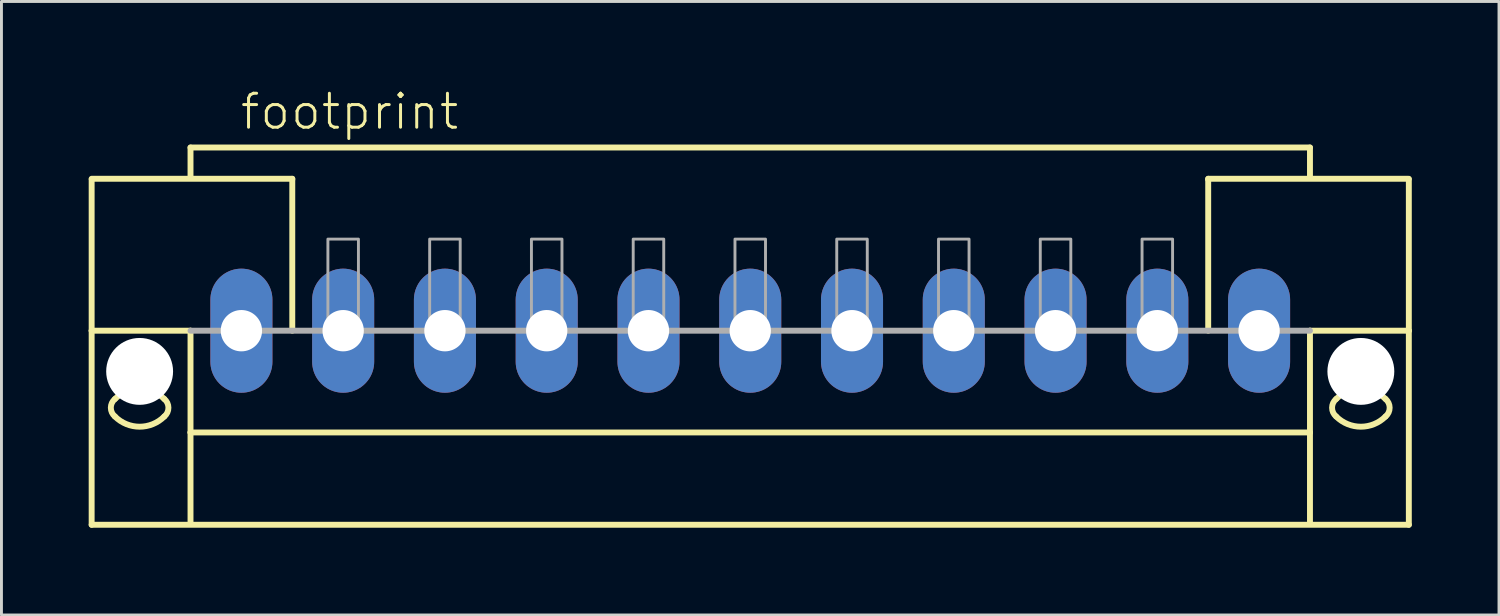
<source format=kicad_pcb>
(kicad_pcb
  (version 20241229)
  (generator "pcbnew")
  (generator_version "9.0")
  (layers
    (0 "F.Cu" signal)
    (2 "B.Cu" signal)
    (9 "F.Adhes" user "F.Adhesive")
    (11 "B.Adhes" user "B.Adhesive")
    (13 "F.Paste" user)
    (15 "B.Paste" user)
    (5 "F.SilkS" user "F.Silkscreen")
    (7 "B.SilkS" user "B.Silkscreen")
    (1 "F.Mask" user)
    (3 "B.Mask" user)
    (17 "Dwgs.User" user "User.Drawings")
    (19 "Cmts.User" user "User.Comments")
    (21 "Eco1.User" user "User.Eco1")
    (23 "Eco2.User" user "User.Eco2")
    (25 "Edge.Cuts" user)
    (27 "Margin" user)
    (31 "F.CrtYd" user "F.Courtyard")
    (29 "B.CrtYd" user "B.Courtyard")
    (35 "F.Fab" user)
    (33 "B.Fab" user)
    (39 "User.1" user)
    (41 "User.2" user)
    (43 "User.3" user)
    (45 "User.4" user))
  (footprint "footprint"
    (layer "F.Cu")
    (at 22.752 8.323)
    (property "Reference" "footprint" (at -17.6 -6.85 0) (layer "F.SilkS") (effects (font (size 1.168 1.168) (thickness 0.102)) (justify left bottom)))
    (fp_line (start -22.65 -5.225) (end -15.75 -5.225) (stroke (width 0.203) (type solid)) (layer "F.SilkS"))
    (fp_line (start -22.65 -5.2) (end -22.65 0) (stroke (width 0.203) (type solid)) (layer "F.SilkS"))
    (fp_line (start -22.65 0) (end -22.65 6.675) (stroke (width 0.203) (type solid)) (layer "F.SilkS"))
    (fp_line (start -22.65 0) (end -19.25 0) (stroke (width 0.203) (type solid)) (layer "F.SilkS"))
    (fp_line (start -22.65 6.675) (end 22.65 6.675) (stroke (width 0.203) (type solid)) (layer "F.SilkS"))
    (fp_line (start -19.25 -6.3) (end 19.25 -6.3) (stroke (width 0.203) (type solid)) (layer "F.SilkS"))
    (fp_line (start -19.25 -5.3) (end -19.25 -6.3) (stroke (width 0.203) (type solid)) (layer "F.SilkS"))
    (fp_line (start -19.25 0) (end -19.25 3.5) (stroke (width 0.203) (type solid)) (layer "F.SilkS"))
    (fp_line (start -19.25 3.5) (end 19.25 3.5) (stroke (width 0.203) (type solid)) (layer "F.SilkS"))
    (fp_line (start -19.25 6.65) (end -19.25 3.5) (stroke (width 0.203) (type solid)) (layer "F.SilkS"))
    (fp_line (start -15.75 -5.225) (end -15.75 -5.2) (stroke (width 0.203) (type solid)) (layer "F.SilkS"))
    (fp_line (start -15.75 -5.175) (end -15.75 0) (stroke (width 0.203) (type solid)) (layer "F.SilkS"))
    (fp_line (start 15.75 -5.225) (end 22.65 -5.225) (stroke (width 0.203) (type solid)) (layer "F.SilkS"))
    (fp_line (start 15.75 -5.2) (end 15.75 -5.225) (stroke (width 0.203) (type solid)) (layer "F.SilkS"))
    (fp_line (start 15.75 0) (end 15.75 -5.175) (stroke (width 0.203) (type solid)) (layer "F.SilkS"))
    (fp_line (start 19.25 -6.3) (end 19.25 -5.3) (stroke (width 0.203) (type solid)) (layer "F.SilkS"))
    (fp_line (start 19.25 3.5) (end 19.25 0) (stroke (width 0.203) (type solid)) (layer "F.SilkS"))
    (fp_line (start 19.25 6.65) (end 19.25 3.5) (stroke (width 0.203) (type solid)) (layer "F.SilkS"))
    (fp_line (start 22.65 0) (end 19.25 0) (stroke (width 0.203) (type solid)) (layer "F.SilkS"))
    (fp_line (start 22.65 0) (end 22.65 -5.2) (stroke (width 0.203) (type solid)) (layer "F.SilkS"))
    (fp_line (start 22.65 6.675) (end 22.65 0) (stroke (width 0.203) (type solid)) (layer "F.SilkS"))
    (fp_arc (start -21.85 2.35) (mid -21 1.997918) (end -20.15 2.35) (stroke (width 0.2032) (type solid)) (layer "F.SilkS"))
    (fp_arc (start -21.85 2.95) (mid -21.990512 2.65) (end -21.85 2.35) (stroke (width 0.2032) (type solid)) (layer "F.SilkS"))
    (fp_arc (start -20.15 2.95) (mid -21 3.302082) (end -21.85 2.95) (stroke (width 0.2032) (type solid)) (layer "F.SilkS"))
    (fp_arc (start -20.149999 2.350001) (mid -20.009487 2.650001) (end -20.15 2.95) (stroke (width 0.2032) (type solid)) (layer "F.SilkS"))
    (fp_arc (start 20.149999 2.949999) (mid 20.009487 2.649999) (end 20.15 2.35) (stroke (width 0.2032) (type solid)) (layer "F.SilkS"))
    (fp_arc (start 20.15 2.35) (mid 21 1.997918) (end 21.85 2.35) (stroke (width 0.2032) (type solid)) (layer "F.SilkS"))
    (fp_arc (start 21.85 2.35) (mid 21.990512 2.65) (end 21.85 2.95) (stroke (width 0.2032) (type solid)) (layer "F.SilkS"))
    (fp_arc (start 21.85 2.95) (mid 21 3.302082) (end 20.15 2.95) (stroke (width 0.2032) (type solid)) (layer "F.SilkS"))
    (fp_line (start 19.25 0) (end -19.25 0) (stroke (width 0.203) (type solid)) (layer "F.Fab"))
    (fp_poly (pts (xy -14.525 0) (xy -13.475 0) (xy -13.475 -3.15) (xy -14.525 -3.15)) (stroke (width 0.1) (type solid)) (fill no) (layer "F.Fab"))
    (fp_poly (pts (xy -11.025 0) (xy -9.975 0) (xy -9.975 -3.15) (xy -11.025 -3.15)) (stroke (width 0.1) (type solid)) (fill no) (layer "F.Fab"))
    (fp_poly (pts (xy -7.525 0) (xy -6.475 0) (xy -6.475 -3.15) (xy -7.525 -3.15)) (stroke (width 0.1) (type solid)) (fill no) (layer "F.Fab"))
    (fp_poly (pts (xy -4.025 0) (xy -2.975 0) (xy -2.975 -3.15) (xy -4.025 -3.15)) (stroke (width 0.1) (type solid)) (fill no) (layer "F.Fab"))
    (fp_poly (pts (xy -0.525 0) (xy 0.525 0) (xy 0.525 -3.15) (xy -0.525 -3.15)) (stroke (width 0.1) (type solid)) (fill no) (layer "F.Fab"))
    (fp_poly (pts (xy 2.975 0) (xy 4.025 0) (xy 4.025 -3.15) (xy 2.975 -3.15)) (stroke (width 0.1) (type solid)) (fill no) (layer "F.Fab"))
    (fp_poly (pts (xy 6.475 0) (xy 7.525 0) (xy 7.525 -3.15) (xy 6.475 -3.15)) (stroke (width 0.1) (type solid)) (fill no) (layer "F.Fab"))
    (fp_poly (pts (xy 9.975 0) (xy 11.025 0) (xy 11.025 -3.15) (xy 9.975 -3.15)) (stroke (width 0.1) (type solid)) (fill no) (layer "F.Fab"))
    (fp_poly (pts (xy 13.475 0) (xy 14.525 0) (xy 14.525 -3.15) (xy 13.475 -3.15)) (stroke (width 0.1) (type solid)) (fill no) (layer "F.Fab"))
    (pad "" np_thru_hole circle (at -21 1.4) (size 2.3 2.3) (drill 2.3) (layers "*.Cu" "*.Mask"))
    (pad "" np_thru_hole circle (at 21 1.4) (size 2.3 2.3) (drill 2.3) (layers "*.Cu" "*.Mask"))
    (pad "1" thru_hole oval (at -17.5 0 90) (size 4.267 2.134) (drill 1.422) (layers "*.Cu" "*.Mask"))
    (pad "2" thru_hole oval (at -14 0 90) (size 4.267 2.134) (drill 1.422) (layers "*.Cu" "*.Mask"))
    (pad "3" thru_hole oval (at -10.5 0 90) (size 4.267 2.134) (drill 1.422) (layers "*.Cu" "*.Mask"))
    (pad "4" thru_hole oval (at -7 0 90) (size 4.267 2.134) (drill 1.422) (layers "*.Cu" "*.Mask"))
    (pad "5" thru_hole oval (at -3.5 0 90) (size 4.267 2.134) (drill 1.422) (layers "*.Cu" "*.Mask"))
    (pad "6" thru_hole oval (at 0 0 90) (size 4.267 2.134) (drill 1.422) (layers "*.Cu" "*.Mask"))
    (pad "7" thru_hole oval (at 3.5 0 90) (size 4.267 2.134) (drill 1.422) (layers "*.Cu" "*.Mask"))
    (pad "8" thru_hole oval (at 7 0 90) (size 4.267 2.134) (drill 1.422) (layers "*.Cu" "*.Mask"))
    (pad "9" thru_hole oval (at 10.5 0 90) (size 4.267 2.134) (drill 1.422) (layers "*.Cu" "*.Mask"))
    (pad "10" thru_hole oval (at 14 0 90) (size 4.267 2.134) (drill 1.422) (layers "*.Cu" "*.Mask"))
    (pad "11" thru_hole oval (at 17.5 0 90) (size 4.267 2.134) (drill 1.422) (layers "*.Cu" "*.Mask")))
  (gr_rect
    (start -3 -3)
    (end 48.503 18.1)
    (stroke (width 0.1) (type default))
    (fill no)
    (layer "Edge.Cuts")))
</source>
